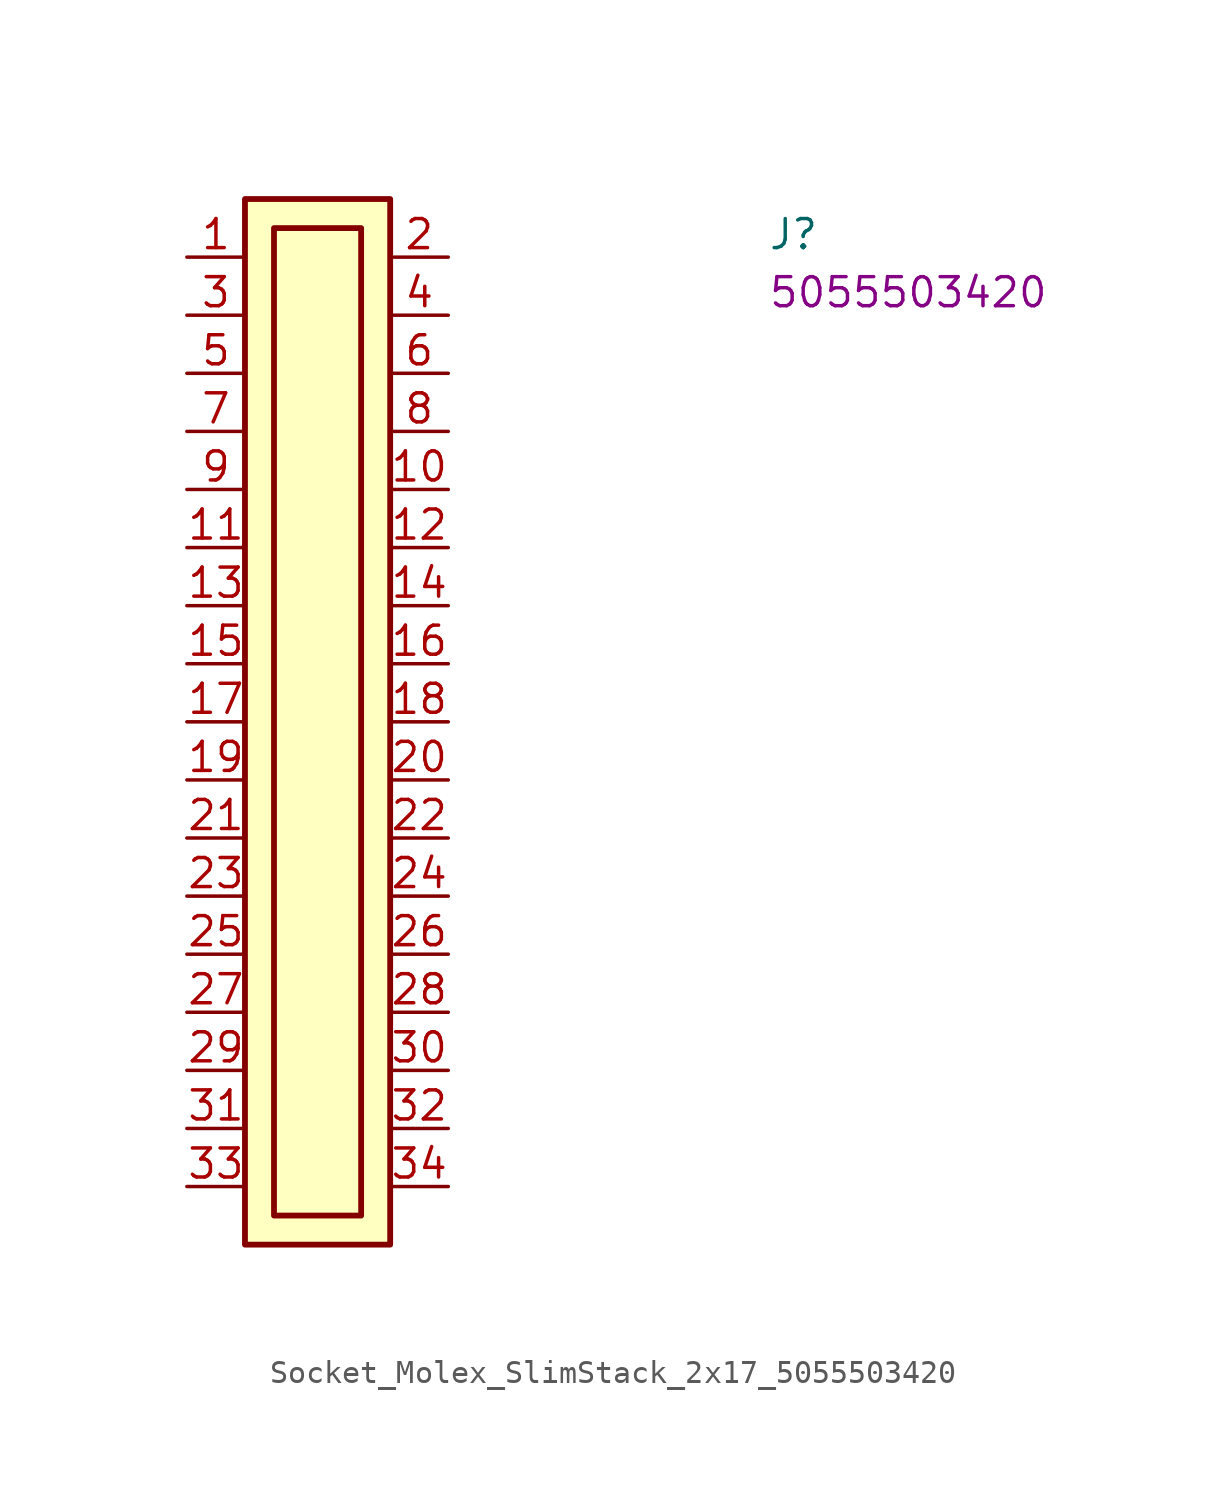
<source format=kicad_sym>
(kicad_symbol_lib
  (version 20220914)
  (generator kicad_symbol_editor)
  (symbol "Socket_Molex_SlimStack_2x17_5055503420"
    (property "Reference" "J"
      (at 25.4 0.254 0)
      (effects (font (size 1.27 1.27) (thickness 0.15)) (justify left bottom)))
    (property "MPN" "5055503420"
      (at 25.4 -2.286 0)
      (effects (font (size 1.27 1.27) (thickness 0.15)) (justify left bottom)))
    (symbol "Socket_Molex_SlimStack_2x17_5055503420_1_1"
      (rectangle (start 2.54 2.54) (end 8.89 -43.18) (stroke (width 0.254) (type default)) (fill (type background)))
      (rectangle (start 3.81 1.27) (end 7.62 -41.91) (stroke (width 0.254) (type default)) (fill (type background)))
      (pin passive line (at 0 0 0) (length 2.54) (name "~" (effects (font (size 1.27 1.27)))) (number "1" (effects (font (size 1.27 1.27)))))
      (pin passive line (at 11.43 -10.16 180) (length 2.54) (name "~" (effects (font (size 1.27 1.27)))) (number "10" (effects (font (size 1.27 1.27)))))
      (pin passive line (at 0 -12.7 0) (length 2.54) (name "~" (effects (font (size 1.27 1.27)))) (number "11" (effects (font (size 1.27 1.27)))))
      (pin passive line (at 11.43 -12.7 180) (length 2.54) (name "~" (effects (font (size 1.27 1.27)))) (number "12" (effects (font (size 1.27 1.27)))))
      (pin passive line (at 0 -15.24 0) (length 2.54) (name "~" (effects (font (size 1.27 1.27)))) (number "13" (effects (font (size 1.27 1.27)))))
      (pin passive line (at 11.43 -15.24 180) (length 2.54) (name "~" (effects (font (size 1.27 1.27)))) (number "14" (effects (font (size 1.27 1.27)))))
      (pin passive line (at 0 -17.78 0) (length 2.54) (name "~" (effects (font (size 1.27 1.27)))) (number "15" (effects (font (size 1.27 1.27)))))
      (pin passive line (at 11.43 -17.78 180) (length 2.54) (name "~" (effects (font (size 1.27 1.27)))) (number "16" (effects (font (size 1.27 1.27)))))
      (pin passive line (at 0 -20.32 0) (length 2.54) (name "~" (effects (font (size 1.27 1.27)))) (number "17" (effects (font (size 1.27 1.27)))))
      (pin passive line (at 11.43 -20.32 180) (length 2.54) (name "~" (effects (font (size 1.27 1.27)))) (number "18" (effects (font (size 1.27 1.27)))))
      (pin passive line (at 0 -22.86 0) (length 2.54) (name "~" (effects (font (size 1.27 1.27)))) (number "19" (effects (font (size 1.27 1.27)))))
      (pin passive line (at 11.43 0 180) (length 2.54) (name "~" (effects (font (size 1.27 1.27)))) (number "2" (effects (font (size 1.27 1.27)))))
      (pin passive line (at 11.43 -22.86 180) (length 2.54) (name "~" (effects (font (size 1.27 1.27)))) (number "20" (effects (font (size 1.27 1.27)))))
      (pin passive line (at 0 -25.4 0) (length 2.54) (name "~" (effects (font (size 1.27 1.27)))) (number "21" (effects (font (size 1.27 1.27)))))
      (pin passive line (at 11.43 -25.4 180) (length 2.54) (name "~" (effects (font (size 1.27 1.27)))) (number "22" (effects (font (size 1.27 1.27)))))
      (pin passive line (at 0 -27.94 0) (length 2.54) (name "~" (effects (font (size 1.27 1.27)))) (number "23" (effects (font (size 1.27 1.27)))))
      (pin passive line (at 11.43 -27.94 180) (length 2.54) (name "~" (effects (font (size 1.27 1.27)))) (number "24" (effects (font (size 1.27 1.27)))))
      (pin passive line (at 0 -30.48 0) (length 2.54) (name "~" (effects (font (size 1.27 1.27)))) (number "25" (effects (font (size 1.27 1.27)))))
      (pin passive line (at 11.43 -30.48 180) (length 2.54) (name "~" (effects (font (size 1.27 1.27)))) (number "26" (effects (font (size 1.27 1.27)))))
      (pin passive line (at 0 -33.02 0) (length 2.54) (name "~" (effects (font (size 1.27 1.27)))) (number "27" (effects (font (size 1.27 1.27)))))
      (pin passive line (at 11.43 -33.02 180) (length 2.54) (name "~" (effects (font (size 1.27 1.27)))) (number "28" (effects (font (size 1.27 1.27)))))
      (pin passive line (at 0 -35.56 0) (length 2.54) (name "~" (effects (font (size 1.27 1.27)))) (number "29" (effects (font (size 1.27 1.27)))))
      (pin passive line (at 0 -2.54 0) (length 2.54) (name "~" (effects (font (size 1.27 1.27)))) (number "3" (effects (font (size 1.27 1.27)))))
      (pin passive line (at 11.43 -35.56 180) (length 2.54) (name "~" (effects (font (size 1.27 1.27)))) (number "30" (effects (font (size 1.27 1.27)))))
      (pin passive line (at 0 -38.1 0) (length 2.54) (name "~" (effects (font (size 1.27 1.27)))) (number "31" (effects (font (size 1.27 1.27)))))
      (pin passive line (at 11.43 -38.1 180) (length 2.54) (name "~" (effects (font (size 1.27 1.27)))) (number "32" (effects (font (size 1.27 1.27)))))
      (pin passive line (at 0 -40.64 0) (length 2.54) (name "~" (effects (font (size 1.27 1.27)))) (number "33" (effects (font (size 1.27 1.27)))))
      (pin passive line (at 11.43 -40.64 180) (length 2.54) (name "~" (effects (font (size 1.27 1.27)))) (number "34" (effects (font (size 1.27 1.27)))))
      (pin passive line (at 11.43 -2.54 180) (length 2.54) (name "~" (effects (font (size 1.27 1.27)))) (number "4" (effects (font (size 1.27 1.27)))))
      (pin passive line (at 0 -5.08 0) (length 2.54) (name "~" (effects (font (size 1.27 1.27)))) (number "5" (effects (font (size 1.27 1.27)))))
      (pin passive line (at 11.43 -5.08 180) (length 2.54) (name "~" (effects (font (size 1.27 1.27)))) (number "6" (effects (font (size 1.27 1.27)))))
      (pin passive line (at 0 -7.62 0) (length 2.54) (name "~" (effects (font (size 1.27 1.27)))) (number "7" (effects (font (size 1.27 1.27)))))
      (pin passive line (at 11.43 -7.62 180) (length 2.54) (name "~" (effects (font (size 1.27 1.27)))) (number "8" (effects (font (size 1.27 1.27)))))
      (pin passive line (at 0 -10.16 0) (length 2.54) (name "~" (effects (font (size 1.27 1.27)))) (number "9" (effects (font (size 1.27 1.27))))))))
</source>
